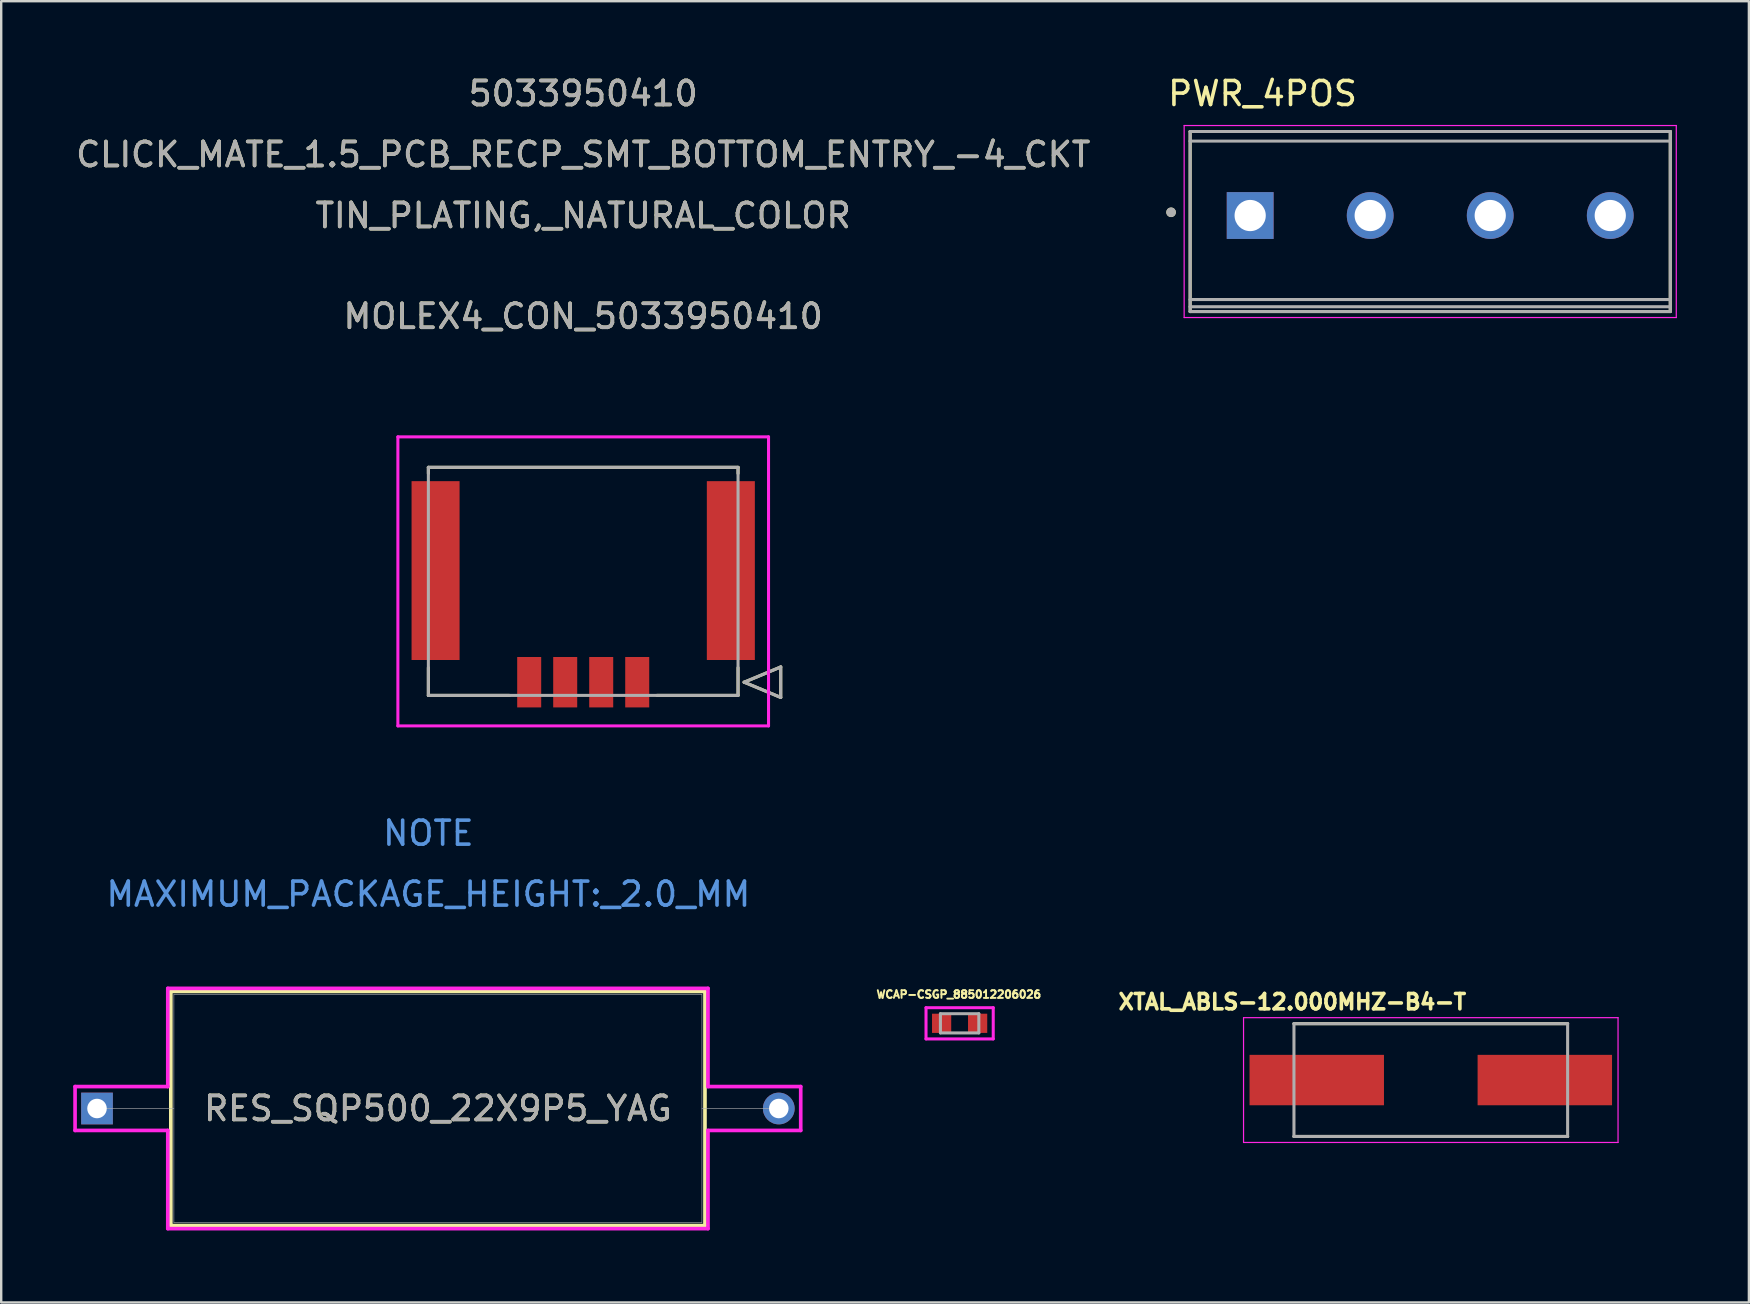
<source format=kicad_pcb>
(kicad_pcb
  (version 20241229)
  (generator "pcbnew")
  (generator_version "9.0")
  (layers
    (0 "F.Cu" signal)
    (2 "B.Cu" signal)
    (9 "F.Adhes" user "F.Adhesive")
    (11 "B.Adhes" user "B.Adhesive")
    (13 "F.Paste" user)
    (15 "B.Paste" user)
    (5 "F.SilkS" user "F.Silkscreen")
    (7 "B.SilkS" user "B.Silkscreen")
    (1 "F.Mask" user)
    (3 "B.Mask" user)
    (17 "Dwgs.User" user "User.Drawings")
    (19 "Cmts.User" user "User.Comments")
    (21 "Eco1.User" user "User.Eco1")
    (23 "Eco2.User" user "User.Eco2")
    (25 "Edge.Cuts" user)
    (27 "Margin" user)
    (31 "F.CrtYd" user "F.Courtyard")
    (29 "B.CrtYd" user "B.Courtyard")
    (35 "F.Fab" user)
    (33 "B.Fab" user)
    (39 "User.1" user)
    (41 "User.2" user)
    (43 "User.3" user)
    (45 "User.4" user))
  (footprint "PWR_4POS"
    (layer "F.Cu")
    (at 49.027 5.928)
    (property "Reference" "PWR_4POS" (at 0.515 -5.08 0) (layer "F.SilkS") (effects (font (size 1 1) (thickness 0.15))))
    (attr through_hole)
    (fp_line (start -2.5 -3.5) (end -2.5 4) (stroke (width 0.127) (type solid)) (layer "F.SilkS"))
    (fp_line (start -2.5 4) (end 17.5 4) (stroke (width 0.127) (type solid)) (layer "F.SilkS"))
    (fp_line (start 17.5 -3.5) (end -2.5 -3.5) (stroke (width 0.127) (type solid)) (layer "F.SilkS"))
    (fp_line (start 17.5 4) (end 17.5 -3.5) (stroke (width 0.127) (type solid)) (layer "F.SilkS"))
    (fp_circle (center -3.295 -0.135) (end -3.195 -0.135) (stroke (width 0.2) (type solid)) (fill no) (layer "F.SilkS"))
    (fp_line (start -2.75 -3.75) (end -2.75 4.25) (stroke (width 0.05) (type solid)) (layer "F.CrtYd"))
    (fp_line (start -2.75 4.25) (end 17.75 4.25) (stroke (width 0.05) (type solid)) (layer "F.CrtYd"))
    (fp_line (start 17.75 -3.75) (end -2.75 -3.75) (stroke (width 0.05) (type solid)) (layer "F.CrtYd"))
    (fp_line (start 17.75 4.25) (end 17.75 -3.75) (stroke (width 0.05) (type solid)) (layer "F.CrtYd"))
    (fp_line (start -2.5 -3.5) (end -2.5 -3.1) (stroke (width 0.127) (type solid)) (layer "F.Fab"))
    (fp_line (start -2.5 -3.1) (end -2.5 3.5) (stroke (width 0.127) (type solid)) (layer "F.Fab"))
    (fp_line (start -2.5 -3.1) (end 17.5 -3.1) (stroke (width 0.127) (type solid)) (layer "F.Fab"))
    (fp_line (start -2.5 3.5) (end -2.5 3.8) (stroke (width 0.127) (type solid)) (layer "F.Fab"))
    (fp_line (start -2.5 3.5) (end 17.5 3.5) (stroke (width 0.127) (type solid)) (layer "F.Fab"))
    (fp_line (start -2.5 3.8) (end -2.5 4) (stroke (width 0.127) (type solid)) (layer "F.Fab"))
    (fp_line (start -2.5 3.8) (end 17.5 3.8) (stroke (width 0.127) (type solid)) (layer "F.Fab"))
    (fp_line (start -2.5 4) (end 17.5 4) (stroke (width 0.127) (type solid)) (layer "F.Fab"))
    (fp_line (start 17.5 -3.5) (end -2.5 -3.5) (stroke (width 0.127) (type solid)) (layer "F.Fab"))
    (fp_line (start 17.5 -3.1) (end 17.5 -3.5) (stroke (width 0.127) (type solid)) (layer "F.Fab"))
    (fp_line (start 17.5 3.5) (end 17.5 -3.1) (stroke (width 0.127) (type solid)) (layer "F.Fab"))
    (fp_line (start 17.5 3.8) (end 17.5 3.5) (stroke (width 0.127) (type solid)) (layer "F.Fab"))
    (fp_line (start 17.5 4) (end 17.5 3.8) (stroke (width 0.127) (type solid)) (layer "F.Fab"))
    (fp_circle (center -3.295 -0.135) (end -3.195 -0.135) (stroke (width 0.2) (type solid)) (fill no) (layer "F.Fab"))
    (pad "1" thru_hole rect (at 0 0) (size 1.95 1.95) (drill 1.3) (layers "*.Cu" "*.Mask"))
    (pad "2" thru_hole circle (at 5 0) (size 1.95 1.95) (drill 1.3) (layers "*.Cu" "*.Mask"))
    (pad "3" thru_hole circle (at 10 0) (size 1.95 1.95) (drill 1.3) (layers "*.Cu" "*.Mask"))
    (pad "4" thru_hole circle (at 15 0) (size 1.95 1.95) (drill 1.3) (layers "*.Cu" "*.Mask")))
  (footprint "WCAP-CSGP_885012206026"
    (layer "F.Cu")
    (at 36.924 39.577)
    (property "Reference" "WCAP-CSGP_885012206026" (at -0.034 -1.203 0) (layer "F.SilkS") (effects (font (size 0.32 0.32) (thickness 0.15))))
    (attr smd)
    (fp_line (start -1.4 -0.65) (end 1.4 -0.65) (stroke (width 0.127) (type solid)) (layer "F.CrtYd"))
    (fp_line (start -1.4 0.65) (end -1.4 -0.65) (stroke (width 0.127) (type solid)) (layer "F.CrtYd"))
    (fp_line (start -1.4 0.65) (end 1.4 0.65) (stroke (width 0.127) (type solid)) (layer "F.CrtYd"))
    (fp_line (start 1.4 -0.65) (end 1.4 0.65) (stroke (width 0.127) (type solid)) (layer "F.CrtYd"))
    (fp_line (start -0.8 -0.4) (end -0.8 0.4) (stroke (width 0.127) (type solid)) (layer "F.Fab"))
    (fp_line (start -0.8 -0.4) (end 0.8 -0.4) (stroke (width 0.127) (type solid)) (layer "F.Fab"))
    (fp_line (start -0.8 0.4) (end 0.8 0.4) (stroke (width 0.127) (type solid)) (layer "F.Fab"))
    (fp_line (start 0.8 0.4) (end 0.8 -0.4) (stroke (width 0.127) (type solid)) (layer "F.Fab"))
    (pad "1" smd rect (at -0.75 0) (size 0.8 0.8) (layers "F.Cu" "F.Mask" "F.Paste"))
    (pad "2" smd rect (at 0.75 0) (size 0.8 0.8) (layers "F.Cu" "F.Mask" "F.Paste")))
  (footprint "XTAL_ABLS-12.000MHZ-B4-T"
    (layer "F.Cu")
    (at 56.551 41.941)
    (property "Reference" "XTAL_ABLS-12.000MHZ-B4-T" (at -5.768 -3.256 0) (layer "F.SilkS") (effects (font (size 0.64 0.64) (thickness 0.15))))
    (attr smd)
    (fp_line (start -5.7 -2.35) (end 5.7 -2.35) (stroke (width 0.127) (type solid)) (layer "F.SilkS"))
    (fp_line (start -5.7 2.35) (end 5.7 2.35) (stroke (width 0.127) (type solid)) (layer "F.SilkS"))
    (fp_line (start -7.8 -2.6) (end -7.8 2.6) (stroke (width 0.05) (type solid)) (layer "F.CrtYd"))
    (fp_line (start -7.8 2.6) (end 7.8 2.6) (stroke (width 0.05) (type solid)) (layer "F.CrtYd"))
    (fp_line (start 7.8 -2.6) (end -7.8 -2.6) (stroke (width 0.05) (type solid)) (layer "F.CrtYd"))
    (fp_line (start 7.8 2.6) (end 7.8 -2.6) (stroke (width 0.05) (type solid)) (layer "F.CrtYd"))
    (fp_line (start -5.7 -2.35) (end -5.7 2.35) (stroke (width 0.127) (type solid)) (layer "F.Fab"))
    (fp_line (start -5.7 -2.35) (end 5.7 -2.35) (stroke (width 0.127) (type solid)) (layer "F.Fab"))
    (fp_line (start -5.7 2.35) (end 5.7 2.35) (stroke (width 0.127) (type solid)) (layer "F.Fab"))
    (fp_line (start 5.7 -2.35) (end 5.7 2.35) (stroke (width 0.127) (type solid)) (layer "F.Fab"))
    (pad "1" smd rect (at -4.75 0) (size 5.6 2.1) (layers "F.Cu" "F.Mask" "F.Paste"))
    (pad "2" smd rect (at 4.75 0) (size 5.6 2.1) (layers "F.Cu" "F.Mask" "F.Paste")))
  (footprint "RES_SQP500_22X9P5_YAG"
    (layer "F.Cu")
    (at 0.991 43.126)
    (property "Reference" "RES_SQP500_22X9P5_YAG" (at 14.2 0 0) (unlocked yes) (layer "F.SilkS") (effects (font (size 1 1) (thickness 0.15))))
    (attr through_hole)
    (fp_line (start 3.075 -4.877) (end 3.075 4.877) (stroke (width 0.152) (type solid)) (layer "F.SilkS"))
    (fp_line (start 3.075 4.877) (end 25.325 4.877) (stroke (width 0.152) (type solid)) (layer "F.SilkS"))
    (fp_line (start 25.325 -4.877) (end 3.075 -4.877) (stroke (width 0.152) (type solid)) (layer "F.SilkS"))
    (fp_line (start 25.325 4.877) (end 25.325 -4.877) (stroke (width 0.152) (type solid)) (layer "F.SilkS"))
    (fp_line (start -0.914 -0.914) (end 2.948 -0.914) (stroke (width 0.152) (type solid)) (layer "F.CrtYd"))
    (fp_line (start -0.914 0.914) (end -0.914 -0.914) (stroke (width 0.152) (type solid)) (layer "F.CrtYd"))
    (fp_line (start 2.948 -5.004) (end 25.452 -5.004) (stroke (width 0.152) (type solid)) (layer "F.CrtYd"))
    (fp_line (start 2.948 -0.914) (end 2.948 -5.004) (stroke (width 0.152) (type solid)) (layer "F.CrtYd"))
    (fp_line (start 2.948 0.914) (end -0.914 0.914) (stroke (width 0.152) (type solid)) (layer "F.CrtYd"))
    (fp_line (start 2.948 5.004) (end 2.948 0.914) (stroke (width 0.152) (type solid)) (layer "F.CrtYd"))
    (fp_line (start 25.452 -5.004) (end 25.452 -0.914) (stroke (width 0.152) (type solid)) (layer "F.CrtYd"))
    (fp_line (start 25.452 -0.914) (end 29.314 -0.914) (stroke (width 0.152) (type solid)) (layer "F.CrtYd"))
    (fp_line (start 25.452 0.914) (end 25.452 5.004) (stroke (width 0.152) (type solid)) (layer "F.CrtYd"))
    (fp_line (start 25.452 5.004) (end 2.948 5.004) (stroke (width 0.152) (type solid)) (layer "F.CrtYd"))
    (fp_line (start 29.314 -0.914) (end 29.314 0.914) (stroke (width 0.152) (type solid)) (layer "F.CrtYd"))
    (fp_line (start 29.314 0.914) (end 25.452 0.914) (stroke (width 0.152) (type solid)) (layer "F.CrtYd"))
    (fp_line (start 0 0) (end 3.202 0) (stroke (width 0.025) (type solid)) (layer "F.Fab"))
    (fp_line (start 3.202 -4.75) (end 3.202 4.75) (stroke (width 0.025) (type solid)) (layer "F.Fab"))
    (fp_line (start 3.202 4.75) (end 25.198 4.75) (stroke (width 0.025) (type solid)) (layer "F.Fab"))
    (fp_line (start 25.198 -4.75) (end 3.202 -4.75) (stroke (width 0.025) (type solid)) (layer "F.Fab"))
    (fp_line (start 25.198 4.75) (end 25.198 -4.75) (stroke (width 0.025) (type solid)) (layer "F.Fab"))
    (fp_line (start 28.4 0) (end 25.198 0) (stroke (width 0.025) (type solid)) (layer "F.Fab"))
    (fp_text user "${REFERENCE}" (at 14.2 0 0) (unlocked yes) (layer "F.Fab") (effects (font (size 1 1) (thickness 0.15))))
    (pad "1" thru_hole rect (at 0 0) (size 1.321 1.321) (drill 0.813) (layers "*.Cu" "*.Mask"))
    (pad "2" thru_hole circle (at 28.4 0) (size 1.321 1.321) (drill 0.813) (layers "*.Cu" "*.Mask")))
  (footprint "MOLEX4_CON_5033950410"
    (layer "F.Cu")
    (at 23.494 25.368)
    (property "Reference" "MOLEX4_CON_5033950410" (at -2.25 -15.24 0) (unlocked yes) (layer "F.SilkS") (effects (font (size 1 1) (thickness 0.15))))
    (attr smd)
    (fp_line (start -8.7 -8.95) (end -8.7 -8.695) (stroke (width 0.127) (type solid)) (layer "F.SilkS"))
    (fp_line (start -8.7 -0.605) (end -8.7 0.55) (stroke (width 0.127) (type solid)) (layer "F.SilkS"))
    (fp_line (start -8.7 0.55) (end -5.32 0.55) (stroke (width 0.127) (type solid)) (layer "F.SilkS"))
    (fp_line (start 0.82 0.55) (end 4.2 0.55) (stroke (width 0.127) (type solid)) (layer "F.SilkS"))
    (fp_line (start 4.2 -8.95) (end -8.7 -8.95) (stroke (width 0.127) (type solid)) (layer "F.SilkS"))
    (fp_line (start 4.2 -8.695) (end 4.2 -8.95) (stroke (width 0.127) (type solid)) (layer "F.SilkS"))
    (fp_line (start 4.2 0.55) (end 4.2 -0.605) (stroke (width 0.127) (type solid)) (layer "F.SilkS"))
    (fp_line (start 4.454 0) (end 5.978 -0.635) (stroke (width 0.127) (type solid)) (layer "F.SilkS"))
    (fp_line (start 5.978 -0.635) (end 5.978 0.635) (stroke (width 0.127) (type solid)) (layer "F.SilkS"))
    (fp_line (start 5.978 0.635) (end 4.454 0) (stroke (width 0.127) (type solid)) (layer "F.SilkS"))
    (fp_line (start -9.97 -10.22) (end -9.97 1.82) (stroke (width 0.127) (type solid)) (layer "F.CrtYd"))
    (fp_line (start -9.97 1.82) (end 5.47 1.82) (stroke (width 0.127) (type solid)) (layer "F.CrtYd"))
    (fp_line (start 5.47 -10.22) (end -9.97 -10.22) (stroke (width 0.127) (type solid)) (layer "F.CrtYd"))
    (fp_line (start 5.47 1.82) (end 5.47 -10.22) (stroke (width 0.127) (type solid)) (layer "F.CrtYd"))
    (fp_line (start -8.7 -8.95) (end -8.7 0.55) (stroke (width 0.127) (type solid)) (layer "F.Fab"))
    (fp_line (start -8.7 0.55) (end 4.2 0.55) (stroke (width 0.127) (type solid)) (layer "F.Fab"))
    (fp_line (start 4.2 -8.95) (end -8.7 -8.95) (stroke (width 0.127) (type solid)) (layer "F.Fab"))
    (fp_line (start 4.2 0.55) (end 4.2 -8.95) (stroke (width 0.127) (type solid)) (layer "F.Fab"))
    (fp_line (start 4.454 0) (end 5.978 -0.635) (stroke (width 0.127) (type solid)) (layer "F.Fab"))
    (fp_line (start 5.978 -0.635) (end 5.978 0.635) (stroke (width 0.127) (type solid)) (layer "F.Fab"))
    (fp_line (start 5.978 0.635) (end 4.454 0) (stroke (width 0.127) (type solid)) (layer "F.Fab"))
    (fp_text user "TIN_PLATING,_NATURAL_COLOR" (at -2.25 -19.44 0) (unlocked yes) (layer "F.SilkS") (effects (font (size 1 1) (thickness 0.15))))
    (fp_text user "5033950410" (at -2.25 -24.52 0) (unlocked yes) (layer "F.SilkS") (effects (font (size 1 1) (thickness 0.15))))
    (fp_text user "CLICK_MATE_1.5_PCB_RECP_SMT_BOTTOM_ENTRY_-4_CKT" (at -2.25 -21.98 0) (unlocked yes) (layer "F.SilkS") (effects (font (size 1 1) (thickness 0.15))))
    (fp_text user "MAXIMUM_PACKAGE_HEIGHT:_2.0_MM" (at -8.7 8.83 0) (unlocked yes) (layer "Cmts.User") (effects (font (size 1 1) (thickness 0.15))))
    (fp_text user "NOTE" (at -8.7 6.29 0) (unlocked yes) (layer "Cmts.User") (effects (font (size 1 1) (thickness 0.15))))
    (fp_text user "5033950410" (at -2.25 -24.52 0) (unlocked yes) (layer "F.Fab") (effects (font (size 1 1) (thickness 0.15))))
    (fp_text user "${REFERENCE}" (at -2.25 -15.24 0) (unlocked yes) (layer "F.Fab") (effects (font (size 1 1) (thickness 0.15))))
    (fp_text user "TIN_PLATING,_NATURAL_COLOR" (at -2.25 -19.44 0) (unlocked yes) (layer "F.Fab") (effects (font (size 1 1) (thickness 0.15))))
    (fp_text user "CLICK_MATE_1.5_PCB_RECP_SMT_BOTTOM_ENTRY_-4_CKT" (at -2.25 -21.98 0) (unlocked yes) (layer "F.Fab") (effects (font (size 1 1) (thickness 0.15))))
    (pad "1" smd rect (at 0 0) (size 1 2.1) (layers "F.Cu" "F.Mask" "F.Paste"))
    (pad "2" smd rect (at -1.5 0) (size 1 2.1) (layers "F.Cu" "F.Mask" "F.Paste"))
    (pad "3" smd rect (at -3 0) (size 1 2.1) (layers "F.Cu" "F.Mask" "F.Paste"))
    (pad "4" smd rect (at -4.5 0) (size 1 2.1) (layers "F.Cu" "F.Mask" "F.Paste"))
    (pad "5" smd rect (at 3.9 -4.65) (size 2 7.45) (layers "F.Cu" "F.Mask" "F.Paste"))
    (pad "6" smd rect (at -8.4 -4.65) (size 2 7.45) (layers "F.Cu" "F.Mask" "F.Paste")))
  (gr_rect
    (start -3 -3)
    (end 69.802 51.206)
    (stroke (width 0.1) (type default))
    (fill no)
    (layer "Edge.Cuts")))
</source>
